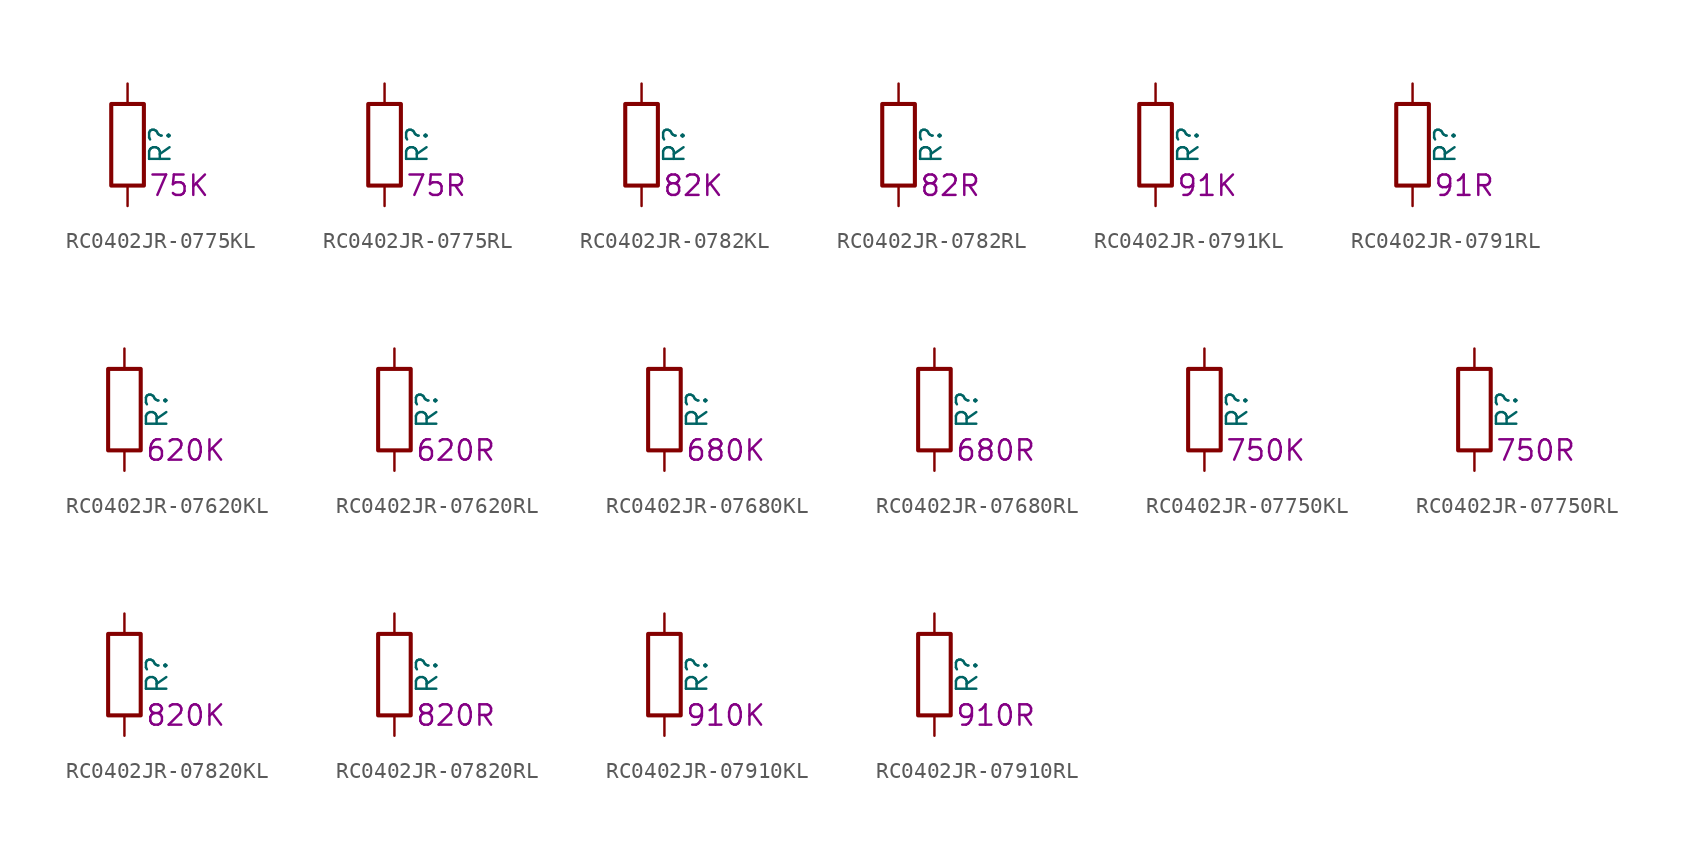
<source format=kicad_sym>
(kicad_symbol_lib
  (version 20220914)
  (generator kicad_symbol_editor)
  (symbol "RC0402JR-0775KL"
    (pin_numbers hide)
    (pin_names
      (offset 0))
    (property "Reference" "R"
      (at 2.032 0 90)
      (effects (font (size 1.27 1.27))))
    (property "Resistance" "75K"
      (at 1.27 -2.54 0)
      (effects (font (size 1.27 1.27)) (justify left)))
    (symbol "RC0402JR-0775KL_0_1"
      (rectangle (start -1.016 -2.54) (end 1.016 2.54) (stroke (width 0.254) (type default)) (fill (type none))))
    (symbol "RC0402JR-0775KL_1_1"
      (pin passive line (at 0 3.81 270) (length 1.27) (name "~" (effects (font (size 1.27 1.27)))) (number "1" (effects (font (size 1.27 1.27)))))
      (pin passive line (at 0 -3.81 90) (length 1.27) (name "~" (effects (font (size 1.27 1.27)))) (number "2" (effects (font (size 1.27 1.27)))))))
  (symbol "RC0402JR-0775RL"
    (pin_numbers hide)
    (pin_names
      (offset 0))
    (property "Reference" "R"
      (at 2.032 0 90)
      (effects (font (size 1.27 1.27))))
    (property "Resistance" "75R"
      (at 1.27 -2.54 0)
      (effects (font (size 1.27 1.27)) (justify left)))
    (symbol "RC0402JR-0775RL_0_1"
      (rectangle (start -1.016 -2.54) (end 1.016 2.54) (stroke (width 0.254) (type default)) (fill (type none))))
    (symbol "RC0402JR-0775RL_1_1"
      (pin passive line (at 0 3.81 270) (length 1.27) (name "~" (effects (font (size 1.27 1.27)))) (number "1" (effects (font (size 1.27 1.27)))))
      (pin passive line (at 0 -3.81 90) (length 1.27) (name "~" (effects (font (size 1.27 1.27)))) (number "2" (effects (font (size 1.27 1.27)))))))
  (symbol "RC0402JR-0782KL"
    (pin_numbers hide)
    (pin_names
      (offset 0))
    (property "Reference" "R"
      (at 2.032 0 90)
      (effects (font (size 1.27 1.27))))
    (property "Resistance" "82K"
      (at 1.27 -2.54 0)
      (effects (font (size 1.27 1.27)) (justify left)))
    (symbol "RC0402JR-0782KL_0_1"
      (rectangle (start -1.016 -2.54) (end 1.016 2.54) (stroke (width 0.254) (type default)) (fill (type none))))
    (symbol "RC0402JR-0782KL_1_1"
      (pin passive line (at 0 3.81 270) (length 1.27) (name "~" (effects (font (size 1.27 1.27)))) (number "1" (effects (font (size 1.27 1.27)))))
      (pin passive line (at 0 -3.81 90) (length 1.27) (name "~" (effects (font (size 1.27 1.27)))) (number "2" (effects (font (size 1.27 1.27)))))))
  (symbol "RC0402JR-0782RL"
    (pin_numbers hide)
    (pin_names
      (offset 0))
    (property "Reference" "R"
      (at 2.032 0 90)
      (effects (font (size 1.27 1.27))))
    (property "Resistance" "82R"
      (at 1.27 -2.54 0)
      (effects (font (size 1.27 1.27)) (justify left)))
    (symbol "RC0402JR-0782RL_0_1"
      (rectangle (start -1.016 -2.54) (end 1.016 2.54) (stroke (width 0.254) (type default)) (fill (type none))))
    (symbol "RC0402JR-0782RL_1_1"
      (pin passive line (at 0 3.81 270) (length 1.27) (name "~" (effects (font (size 1.27 1.27)))) (number "1" (effects (font (size 1.27 1.27)))))
      (pin passive line (at 0 -3.81 90) (length 1.27) (name "~" (effects (font (size 1.27 1.27)))) (number "2" (effects (font (size 1.27 1.27)))))))
  (symbol "RC0402JR-0791KL"
    (pin_numbers hide)
    (pin_names
      (offset 0))
    (property "Reference" "R"
      (at 2.032 0 90)
      (effects (font (size 1.27 1.27))))
    (property "Resistance" "91K"
      (at 1.27 -2.54 0)
      (effects (font (size 1.27 1.27)) (justify left)))
    (symbol "RC0402JR-0791KL_0_1"
      (rectangle (start -1.016 -2.54) (end 1.016 2.54) (stroke (width 0.254) (type default)) (fill (type none))))
    (symbol "RC0402JR-0791KL_1_1"
      (pin passive line (at 0 3.81 270) (length 1.27) (name "~" (effects (font (size 1.27 1.27)))) (number "1" (effects (font (size 1.27 1.27)))))
      (pin passive line (at 0 -3.81 90) (length 1.27) (name "~" (effects (font (size 1.27 1.27)))) (number "2" (effects (font (size 1.27 1.27)))))))
  (symbol "RC0402JR-0791RL"
    (pin_numbers hide)
    (pin_names
      (offset 0))
    (property "Reference" "R"
      (at 2.032 0 90)
      (effects (font (size 1.27 1.27))))
    (property "Resistance" "91R"
      (at 1.27 -2.54 0)
      (effects (font (size 1.27 1.27)) (justify left)))
    (symbol "RC0402JR-0791RL_0_1"
      (rectangle (start -1.016 -2.54) (end 1.016 2.54) (stroke (width 0.254) (type default)) (fill (type none))))
    (symbol "RC0402JR-0791RL_1_1"
      (pin passive line (at 0 3.81 270) (length 1.27) (name "~" (effects (font (size 1.27 1.27)))) (number "1" (effects (font (size 1.27 1.27)))))
      (pin passive line (at 0 -3.81 90) (length 1.27) (name "~" (effects (font (size 1.27 1.27)))) (number "2" (effects (font (size 1.27 1.27)))))))
  (symbol "RC0402JR-07620KL"
    (pin_numbers hide)
    (pin_names
      (offset 0))
    (property "Reference" "R"
      (at 2.032 0 90)
      (effects (font (size 1.27 1.27))))
    (property "Resistance" "620K"
      (at 1.27 -2.54 0)
      (effects (font (size 1.27 1.27)) (justify left)))
    (symbol "RC0402JR-07620KL_0_1"
      (rectangle (start -1.016 -2.54) (end 1.016 2.54) (stroke (width 0.254) (type default)) (fill (type none))))
    (symbol "RC0402JR-07620KL_1_1"
      (pin passive line (at 0 3.81 270) (length 1.27) (name "~" (effects (font (size 1.27 1.27)))) (number "1" (effects (font (size 1.27 1.27)))))
      (pin passive line (at 0 -3.81 90) (length 1.27) (name "~" (effects (font (size 1.27 1.27)))) (number "2" (effects (font (size 1.27 1.27)))))))
  (symbol "RC0402JR-07620RL"
    (pin_numbers hide)
    (pin_names
      (offset 0))
    (property "Reference" "R"
      (at 2.032 0 90)
      (effects (font (size 1.27 1.27))))
    (property "Resistance" "620R"
      (at 1.27 -2.54 0)
      (effects (font (size 1.27 1.27)) (justify left)))
    (symbol "RC0402JR-07620RL_0_1"
      (rectangle (start -1.016 -2.54) (end 1.016 2.54) (stroke (width 0.254) (type default)) (fill (type none))))
    (symbol "RC0402JR-07620RL_1_1"
      (pin passive line (at 0 3.81 270) (length 1.27) (name "~" (effects (font (size 1.27 1.27)))) (number "1" (effects (font (size 1.27 1.27)))))
      (pin passive line (at 0 -3.81 90) (length 1.27) (name "~" (effects (font (size 1.27 1.27)))) (number "2" (effects (font (size 1.27 1.27)))))))
  (symbol "RC0402JR-07680KL"
    (pin_numbers hide)
    (pin_names
      (offset 0))
    (property "Reference" "R"
      (at 2.032 0 90)
      (effects (font (size 1.27 1.27))))
    (property "Resistance" "680K"
      (at 1.27 -2.54 0)
      (effects (font (size 1.27 1.27)) (justify left)))
    (symbol "RC0402JR-07680KL_0_1"
      (rectangle (start -1.016 -2.54) (end 1.016 2.54) (stroke (width 0.254) (type default)) (fill (type none))))
    (symbol "RC0402JR-07680KL_1_1"
      (pin passive line (at 0 3.81 270) (length 1.27) (name "~" (effects (font (size 1.27 1.27)))) (number "1" (effects (font (size 1.27 1.27)))))
      (pin passive line (at 0 -3.81 90) (length 1.27) (name "~" (effects (font (size 1.27 1.27)))) (number "2" (effects (font (size 1.27 1.27)))))))
  (symbol "RC0402JR-07680RL"
    (pin_numbers hide)
    (pin_names
      (offset 0))
    (property "Reference" "R"
      (at 2.032 0 90)
      (effects (font (size 1.27 1.27))))
    (property "Resistance" "680R"
      (at 1.27 -2.54 0)
      (effects (font (size 1.27 1.27)) (justify left)))
    (symbol "RC0402JR-07680RL_0_1"
      (rectangle (start -1.016 -2.54) (end 1.016 2.54) (stroke (width 0.254) (type default)) (fill (type none))))
    (symbol "RC0402JR-07680RL_1_1"
      (pin passive line (at 0 3.81 270) (length 1.27) (name "~" (effects (font (size 1.27 1.27)))) (number "1" (effects (font (size 1.27 1.27)))))
      (pin passive line (at 0 -3.81 90) (length 1.27) (name "~" (effects (font (size 1.27 1.27)))) (number "2" (effects (font (size 1.27 1.27)))))))
  (symbol "RC0402JR-07750KL"
    (pin_numbers hide)
    (pin_names
      (offset 0))
    (property "Reference" "R"
      (at 2.032 0 90)
      (effects (font (size 1.27 1.27))))
    (property "Resistance" "750K"
      (at 1.27 -2.54 0)
      (effects (font (size 1.27 1.27)) (justify left)))
    (symbol "RC0402JR-07750KL_0_1"
      (rectangle (start -1.016 -2.54) (end 1.016 2.54) (stroke (width 0.254) (type default)) (fill (type none))))
    (symbol "RC0402JR-07750KL_1_1"
      (pin passive line (at 0 3.81 270) (length 1.27) (name "~" (effects (font (size 1.27 1.27)))) (number "1" (effects (font (size 1.27 1.27)))))
      (pin passive line (at 0 -3.81 90) (length 1.27) (name "~" (effects (font (size 1.27 1.27)))) (number "2" (effects (font (size 1.27 1.27)))))))
  (symbol "RC0402JR-07750RL"
    (pin_numbers hide)
    (pin_names
      (offset 0))
    (property "Reference" "R"
      (at 2.032 0 90)
      (effects (font (size 1.27 1.27))))
    (property "Resistance" "750R"
      (at 1.27 -2.54 0)
      (effects (font (size 1.27 1.27)) (justify left)))
    (symbol "RC0402JR-07750RL_0_1"
      (rectangle (start -1.016 -2.54) (end 1.016 2.54) (stroke (width 0.254) (type default)) (fill (type none))))
    (symbol "RC0402JR-07750RL_1_1"
      (pin passive line (at 0 3.81 270) (length 1.27) (name "~" (effects (font (size 1.27 1.27)))) (number "1" (effects (font (size 1.27 1.27)))))
      (pin passive line (at 0 -3.81 90) (length 1.27) (name "~" (effects (font (size 1.27 1.27)))) (number "2" (effects (font (size 1.27 1.27)))))))
  (symbol "RC0402JR-07820KL"
    (pin_numbers hide)
    (pin_names
      (offset 0))
    (property "Reference" "R"
      (at 2.032 0 90)
      (effects (font (size 1.27 1.27))))
    (property "Resistance" "820K"
      (at 1.27 -2.54 0)
      (effects (font (size 1.27 1.27)) (justify left)))
    (symbol "RC0402JR-07820KL_0_1"
      (rectangle (start -1.016 -2.54) (end 1.016 2.54) (stroke (width 0.254) (type default)) (fill (type none))))
    (symbol "RC0402JR-07820KL_1_1"
      (pin passive line (at 0 3.81 270) (length 1.27) (name "~" (effects (font (size 1.27 1.27)))) (number "1" (effects (font (size 1.27 1.27)))))
      (pin passive line (at 0 -3.81 90) (length 1.27) (name "~" (effects (font (size 1.27 1.27)))) (number "2" (effects (font (size 1.27 1.27)))))))
  (symbol "RC0402JR-07820RL"
    (pin_numbers hide)
    (pin_names
      (offset 0))
    (property "Reference" "R"
      (at 2.032 0 90)
      (effects (font (size 1.27 1.27))))
    (property "Resistance" "820R"
      (at 1.27 -2.54 0)
      (effects (font (size 1.27 1.27)) (justify left)))
    (symbol "RC0402JR-07820RL_0_1"
      (rectangle (start -1.016 -2.54) (end 1.016 2.54) (stroke (width 0.254) (type default)) (fill (type none))))
    (symbol "RC0402JR-07820RL_1_1"
      (pin passive line (at 0 3.81 270) (length 1.27) (name "~" (effects (font (size 1.27 1.27)))) (number "1" (effects (font (size 1.27 1.27)))))
      (pin passive line (at 0 -3.81 90) (length 1.27) (name "~" (effects (font (size 1.27 1.27)))) (number "2" (effects (font (size 1.27 1.27)))))))
  (symbol "RC0402JR-07910KL"
    (pin_numbers hide)
    (pin_names
      (offset 0))
    (property "Reference" "R"
      (at 2.032 0 90)
      (effects (font (size 1.27 1.27))))
    (property "Resistance" "910K"
      (at 1.27 -2.54 0)
      (effects (font (size 1.27 1.27)) (justify left)))
    (symbol "RC0402JR-07910KL_0_1"
      (rectangle (start -1.016 -2.54) (end 1.016 2.54) (stroke (width 0.254) (type default)) (fill (type none))))
    (symbol "RC0402JR-07910KL_1_1"
      (pin passive line (at 0 3.81 270) (length 1.27) (name "~" (effects (font (size 1.27 1.27)))) (number "1" (effects (font (size 1.27 1.27)))))
      (pin passive line (at 0 -3.81 90) (length 1.27) (name "~" (effects (font (size 1.27 1.27)))) (number "2" (effects (font (size 1.27 1.27)))))))
  (symbol "RC0402JR-07910RL"
    (pin_numbers hide)
    (pin_names
      (offset 0))
    (property "Reference" "R"
      (at 2.032 0 90)
      (effects (font (size 1.27 1.27))))
    (property "Resistance" "910R"
      (at 1.27 -2.54 0)
      (effects (font (size 1.27 1.27)) (justify left)))
    (symbol "RC0402JR-07910RL_0_1"
      (rectangle (start -1.016 -2.54) (end 1.016 2.54) (stroke (width 0.254) (type default)) (fill (type none))))
    (symbol "RC0402JR-07910RL_1_1"
      (pin passive line (at 0 3.81 270) (length 1.27) (name "~" (effects (font (size 1.27 1.27)))) (number "1" (effects (font (size 1.27 1.27)))))
      (pin passive line (at 0 -3.81 90) (length 1.27) (name "~" (effects (font (size 1.27 1.27)))) (number "2" (effects (font (size 1.27 1.27))))))))
</source>
